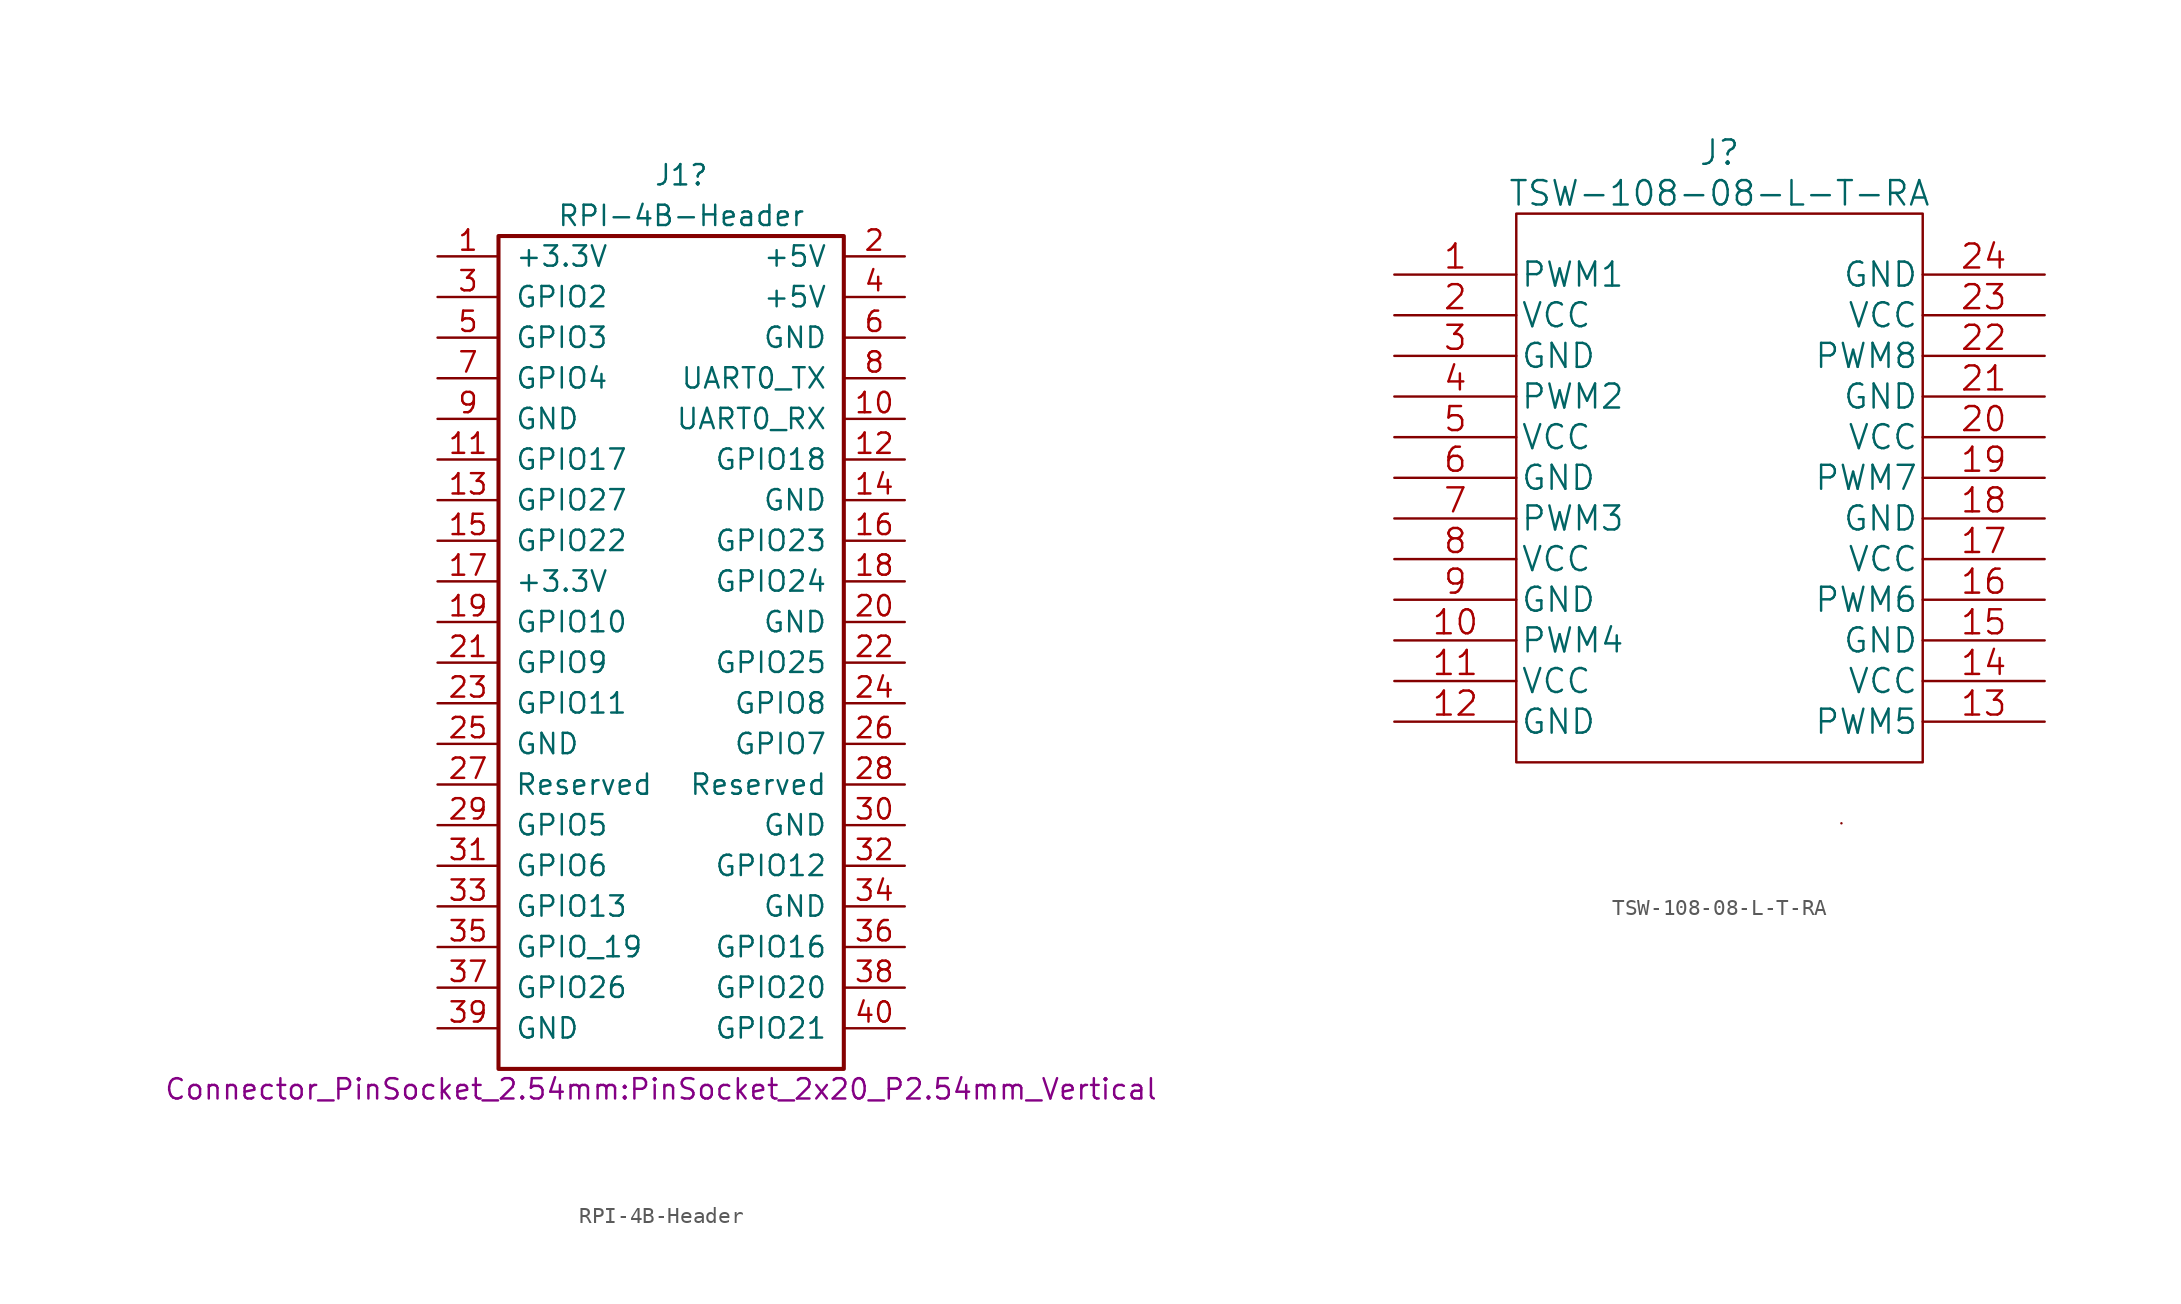
<source format=kicad_sym>
(kicad_symbol_lib
  (version 20211014)
  (generator kicad_symbol_editor)
  (symbol "RPI-4B-Header"
    (pin_names
      (offset 1.016))
    (property "Reference" "J1"
      (at 0 27.94 0)
      (effects (font (size 1.27 1.27))))
    (property "Value" "RPI-4B-Header"
      (at 0 25.4 0)
      (effects (font (size 1.27 1.27))))
    (property "Footprint" "Connector_PinSocket_2.54mm:PinSocket_2x20_P2.54mm_Vertical"
      (at -1.27 -29.21 0)
      (effects (font (size 1.27 1.27))))
    (symbol "RPI-4B-Header_1_1"
      (rectangle (start -11.43 24.13) (end 10.16 -27.94) (stroke (width 0.254) (type default) (color 0 0 0 0)) (fill (type none)))
      (pin power_out line (at -15.24 22.86 0) (length 3.81) (name "+3.3V" (effects (font (size 1.27 1.27)))) (number "1" (effects (font (size 1.27 1.27)))))
      (pin passive line (at 13.97 12.7 180) (length 3.81) (name "UART0_RX" (effects (font (size 1.27 1.27)))) (number "10" (effects (font (size 1.27 1.27)))))
      (pin bidirectional line (at -15.24 10.16 0) (length 3.81) (name "GPIO17" (effects (font (size 1.27 1.27)))) (number "11" (effects (font (size 1.27 1.27)))))
      (pin bidirectional line (at 13.97 10.16 180) (length 3.81) (name "GPIO18" (effects (font (size 1.27 1.27)))) (number "12" (effects (font (size 1.27 1.27)))))
      (pin bidirectional line (at -15.24 7.62 0) (length 3.81) (name "GPIO27" (effects (font (size 1.27 1.27)))) (number "13" (effects (font (size 1.27 1.27)))))
      (pin power_in line (at 13.97 7.62 180) (length 3.81) (name "GND" (effects (font (size 1.27 1.27)))) (number "14" (effects (font (size 1.27 1.27)))))
      (pin bidirectional line (at -15.24 5.08 0) (length 3.81) (name "GPIO22" (effects (font (size 1.27 1.27)))) (number "15" (effects (font (size 1.27 1.27)))))
      (pin bidirectional line (at 13.97 5.08 180) (length 3.81) (name "GPIO23" (effects (font (size 1.27 1.27)))) (number "16" (effects (font (size 1.27 1.27)))))
      (pin power_out line (at -15.24 2.54 0) (length 3.81) (name "+3.3V" (effects (font (size 1.27 1.27)))) (number "17" (effects (font (size 1.27 1.27)))))
      (pin bidirectional line (at 13.97 2.54 180) (length 3.81) (name "GPIO24" (effects (font (size 1.27 1.27)))) (number "18" (effects (font (size 1.27 1.27)))))
      (pin bidirectional line (at -15.24 0 0) (length 3.81) (name "GPIO10" (effects (font (size 1.27 1.27)))) (number "19" (effects (font (size 1.27 1.27)))) (alternate "SPI0_MOSI" bidirectional line))
      (pin output line (at 13.97 22.86 180) (length 3.81) (name "+5V" (effects (font (size 1.27 1.27)))) (number "2" (effects (font (size 1.27 1.27)))))
      (pin power_in line (at 13.97 0 180) (length 3.81) (name "GND" (effects (font (size 1.27 1.27)))) (number "20" (effects (font (size 1.27 1.27)))))
      (pin bidirectional line (at -15.24 -2.54 0) (length 3.81) (name "GPIO9" (effects (font (size 1.27 1.27)))) (number "21" (effects (font (size 1.27 1.27)))) (alternate "SPI0_MISO" bidirectional line))
      (pin bidirectional line (at 13.97 -2.54 180) (length 3.81) (name "GPIO25" (effects (font (size 1.27 1.27)))) (number "22" (effects (font (size 1.27 1.27)))))
      (pin bidirectional line (at -15.24 -5.08 0) (length 3.81) (name "GPIO11" (effects (font (size 1.27 1.27)))) (number "23" (effects (font (size 1.27 1.27)))) (alternate "SPI0_SCLK" bidirectional line))
      (pin bidirectional line (at 13.97 -5.08 180) (length 3.81) (name "GPIO8" (effects (font (size 1.27 1.27)))) (number "24" (effects (font (size 1.27 1.27)))) (alternate "SPI0_CS0" passive line))
      (pin power_in line (at -15.24 -7.62 0) (length 3.81) (name "GND" (effects (font (size 1.27 1.27)))) (number "25" (effects (font (size 1.27 1.27)))))
      (pin bidirectional line (at 13.97 -7.62 180) (length 3.81) (name "GPIO7" (effects (font (size 1.27 1.27)))) (number "26" (effects (font (size 1.27 1.27)))) (alternate "SPIO_CS1" bidirectional line))
      (pin bidirectional line (at -15.24 -10.16 0) (length 3.81) (name "Reserved" (effects (font (size 1.27 1.27)))) (number "27" (effects (font (size 1.27 1.27)))))
      (pin bidirectional line (at 13.97 -10.16 180) (length 3.81) (name "Reserved" (effects (font (size 1.27 1.27)))) (number "28" (effects (font (size 1.27 1.27)))))
      (pin bidirectional line (at -15.24 -12.7 0) (length 3.81) (name "GPIO5" (effects (font (size 1.27 1.27)))) (number "29" (effects (font (size 1.27 1.27)))))
      (pin bidirectional line (at -15.24 20.32 0) (length 3.81) (name "GPIO2" (effects (font (size 1.27 1.27)))) (number "3" (effects (font (size 1.27 1.27)))) (alternate "I2C1_SDA" bidirectional line))
      (pin power_in line (at 13.97 -12.7 180) (length 3.81) (name "GND" (effects (font (size 1.27 1.27)))) (number "30" (effects (font (size 1.27 1.27)))))
      (pin bidirectional line (at -15.24 -15.24 0) (length 3.81) (name "GPIO6" (effects (font (size 1.27 1.27)))) (number "31" (effects (font (size 1.27 1.27)))))
      (pin bidirectional line (at 13.97 -15.24 180) (length 3.81) (name "GPIO12" (effects (font (size 1.27 1.27)))) (number "32" (effects (font (size 1.27 1.27)))))
      (pin bidirectional line (at -15.24 -17.78 0) (length 3.81) (name "GPIO13" (effects (font (size 1.27 1.27)))) (number "33" (effects (font (size 1.27 1.27)))))
      (pin power_in line (at 13.97 -17.78 180) (length 3.81) (name "GND" (effects (font (size 1.27 1.27)))) (number "34" (effects (font (size 1.27 1.27)))))
      (pin bidirectional line (at -15.24 -20.32 0) (length 3.81) (name "GPIO_19" (effects (font (size 1.27 1.27)))) (number "35" (effects (font (size 1.27 1.27)))) (alternate "SPI1_MISO" bidirectional line))
      (pin bidirectional line (at 13.97 -20.32 180) (length 3.81) (name "GPIO16" (effects (font (size 1.27 1.27)))) (number "36" (effects (font (size 1.27 1.27)))) (alternate "SPI1_CS0" bidirectional line))
      (pin bidirectional line (at -15.24 -22.86 0) (length 3.81) (name "GPIO26" (effects (font (size 1.27 1.27)))) (number "37" (effects (font (size 1.27 1.27)))))
      (pin bidirectional line (at 13.97 -22.86 180) (length 3.81) (name "GPIO20" (effects (font (size 1.27 1.27)))) (number "38" (effects (font (size 1.27 1.27)))) (alternate "SPI1_MOSI" bidirectional line))
      (pin power_in line (at -15.24 -25.4 0) (length 3.81) (name "GND" (effects (font (size 1.27 1.27)))) (number "39" (effects (font (size 1.27 1.27)))))
      (pin power_out line (at 13.97 20.32 180) (length 3.81) (name "+5V" (effects (font (size 1.27 1.27)))) (number "4" (effects (font (size 1.27 1.27)))))
      (pin bidirectional line (at 13.97 -25.4 180) (length 3.81) (name "GPIO21" (effects (font (size 1.27 1.27)))) (number "40" (effects (font (size 1.27 1.27)))) (alternate "SPI1_SCLK" bidirectional line))
      (pin bidirectional line (at -15.24 17.78 0) (length 3.81) (name "GPIO3" (effects (font (size 1.27 1.27)))) (number "5" (effects (font (size 1.27 1.27)))) (alternate "I2C1_SCL" bidirectional line))
      (pin power_in line (at 13.97 17.78 180) (length 3.81) (name "GND" (effects (font (size 1.27 1.27)))) (number "6" (effects (font (size 1.27 1.27)))))
      (pin bidirectional line (at -15.24 15.24 0) (length 3.81) (name "GPIO4" (effects (font (size 1.27 1.27)))) (number "7" (effects (font (size 1.27 1.27)))))
      (pin bidirectional line (at 13.97 15.24 180) (length 3.81) (name "UART0_TX" (effects (font (size 1.27 1.27)))) (number "8" (effects (font (size 1.27 1.27)))))
      (pin power_in line (at -15.24 12.7 0) (length 3.81) (name "GND" (effects (font (size 1.27 1.27)))) (number "9" (effects (font (size 1.27 1.27)))))))
  (symbol "TSW-108-08-L-T-RA"
    (pin_names
      (offset 0.254))
    (property "Reference" "J"
      (at 0 20.32 0)
      (effects (font (size 1.524 1.524))))
    (property "Value" "TSW-108-08-L-T-RA"
      (at 0 17.78 0)
      (effects (font (size 1.524 1.524))))
    (property "Datasheet" ""
      (at -20.32 12.7 0)
      (effects (font (size 1.524 1.524))))
    (symbol "TSW-108-08-L-T-RA_1_1"
      (rectangle (start -12.7 16.51) (end 12.7 -17.78) (stroke (width 0) (type default) (color 0 0 0 0)) (fill (type none)))
      (rectangle (start 7.62 -21.59) (end 7.62 -21.59) (stroke (width 0) (type default) (color 0 0 0 0)) (fill (type none)))
      (pin input line (at -20.32 12.7 0) (length 7.62) (name "PWM1" (effects (font (size 1.499 1.499)))) (number "1" (effects (font (size 1.499 1.499)))))
      (pin input line (at -20.32 -10.16 0) (length 7.62) (name "PWM4" (effects (font (size 1.499 1.499)))) (number "10" (effects (font (size 1.499 1.499)))))
      (pin power_out line (at -20.32 -12.7 0) (length 7.62) (name "VCC" (effects (font (size 1.499 1.499)))) (number "11" (effects (font (size 1.499 1.499)))))
      (pin power_in line (at -20.32 -15.24 0) (length 7.62) (name "GND" (effects (font (size 1.499 1.499)))) (number "12" (effects (font (size 1.499 1.499)))))
      (pin input line (at 20.32 -15.24 180) (length 7.62) (name "PWM5" (effects (font (size 1.499 1.499)))) (number "13" (effects (font (size 1.499 1.499)))))
      (pin power_out line (at 20.32 -12.7 180) (length 7.62) (name "VCC" (effects (font (size 1.499 1.499)))) (number "14" (effects (font (size 1.499 1.499)))))
      (pin power_in line (at 20.32 -10.16 180) (length 7.62) (name "GND" (effects (font (size 1.499 1.499)))) (number "15" (effects (font (size 1.499 1.499)))))
      (pin input line (at 20.32 -7.62 180) (length 7.62) (name "PWM6" (effects (font (size 1.499 1.499)))) (number "16" (effects (font (size 1.499 1.499)))))
      (pin power_out line (at 20.32 -5.08 180) (length 7.62) (name "VCC" (effects (font (size 1.499 1.499)))) (number "17" (effects (font (size 1.499 1.499)))))
      (pin power_in line (at 20.32 -2.54 180) (length 7.62) (name "GND" (effects (font (size 1.499 1.499)))) (number "18" (effects (font (size 1.499 1.499)))))
      (pin input line (at 20.32 0 180) (length 7.62) (name "PWM7" (effects (font (size 1.499 1.499)))) (number "19" (effects (font (size 1.499 1.499)))))
      (pin power_out line (at -20.32 10.16 0) (length 7.62) (name "VCC" (effects (font (size 1.499 1.499)))) (number "2" (effects (font (size 1.499 1.499)))))
      (pin power_out line (at 20.32 2.54 180) (length 7.62) (name "VCC" (effects (font (size 1.499 1.499)))) (number "20" (effects (font (size 1.499 1.499)))))
      (pin power_in line (at 20.32 5.08 180) (length 7.62) (name "GND" (effects (font (size 1.499 1.499)))) (number "21" (effects (font (size 1.499 1.499)))))
      (pin input line (at 20.32 7.62 180) (length 7.62) (name "PWM8" (effects (font (size 1.499 1.499)))) (number "22" (effects (font (size 1.499 1.499)))))
      (pin power_out line (at 20.32 10.16 180) (length 7.62) (name "VCC" (effects (font (size 1.499 1.499)))) (number "23" (effects (font (size 1.499 1.499)))))
      (pin power_in line (at 20.32 12.7 180) (length 7.62) (name "GND" (effects (font (size 1.499 1.499)))) (number "24" (effects (font (size 1.499 1.499)))))
      (pin power_in line (at -20.32 7.62 0) (length 7.62) (name "GND" (effects (font (size 1.499 1.499)))) (number "3" (effects (font (size 1.499 1.499)))))
      (pin input line (at -20.32 5.08 0) (length 7.62) (name "PWM2" (effects (font (size 1.499 1.499)))) (number "4" (effects (font (size 1.499 1.499)))))
      (pin power_out line (at -20.32 2.54 0) (length 7.62) (name "VCC" (effects (font (size 1.499 1.499)))) (number "5" (effects (font (size 1.499 1.499)))))
      (pin power_in line (at -20.32 0 0) (length 7.62) (name "GND" (effects (font (size 1.499 1.499)))) (number "6" (effects (font (size 1.499 1.499)))))
      (pin input line (at -20.32 -2.54 0) (length 7.62) (name "PWM3" (effects (font (size 1.499 1.499)))) (number "7" (effects (font (size 1.499 1.499)))))
      (pin power_out line (at -20.32 -5.08 0) (length 7.62) (name "VCC" (effects (font (size 1.499 1.499)))) (number "8" (effects (font (size 1.499 1.499)))))
      (pin power_in line (at -20.32 -7.62 0) (length 7.62) (name "GND" (effects (font (size 1.499 1.499)))) (number "9" (effects (font (size 1.499 1.499))))))))
</source>
